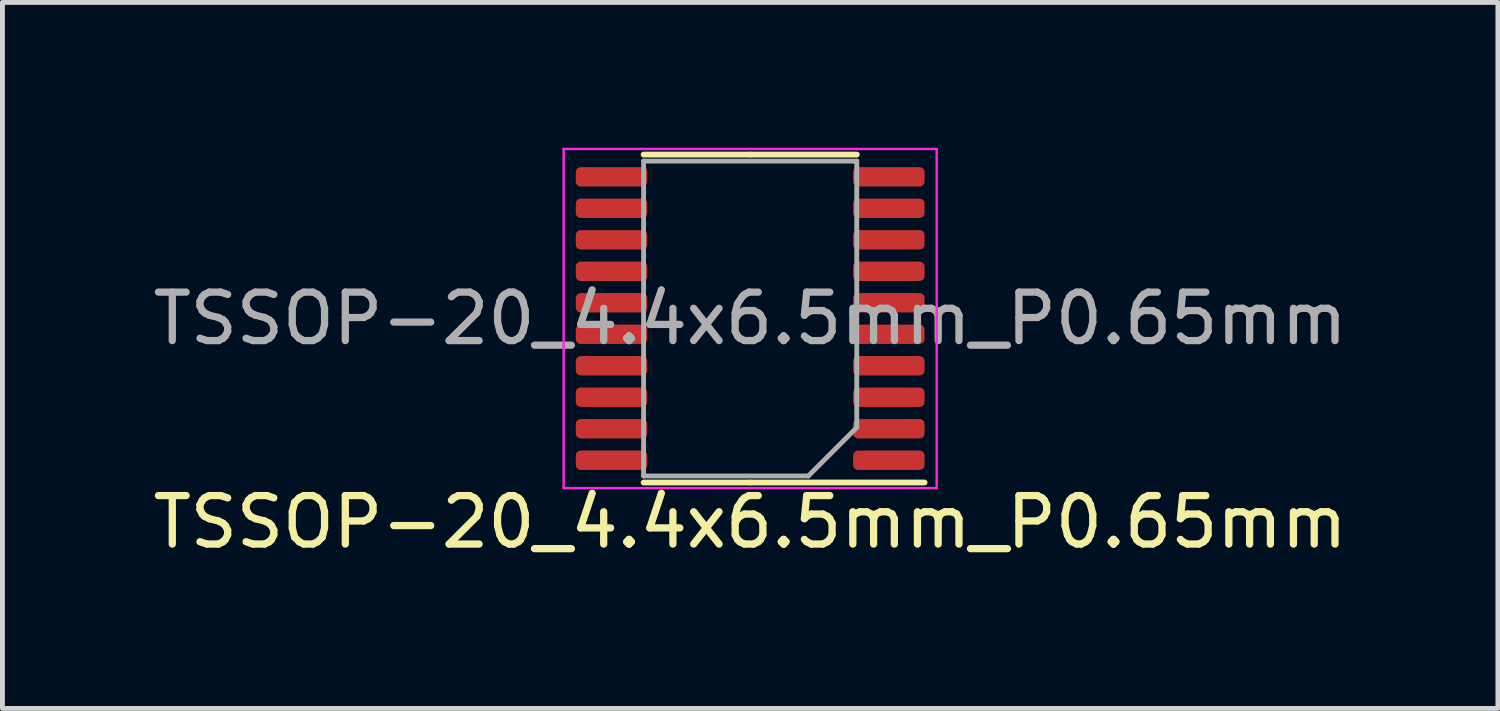
<source format=kicad_pcb>
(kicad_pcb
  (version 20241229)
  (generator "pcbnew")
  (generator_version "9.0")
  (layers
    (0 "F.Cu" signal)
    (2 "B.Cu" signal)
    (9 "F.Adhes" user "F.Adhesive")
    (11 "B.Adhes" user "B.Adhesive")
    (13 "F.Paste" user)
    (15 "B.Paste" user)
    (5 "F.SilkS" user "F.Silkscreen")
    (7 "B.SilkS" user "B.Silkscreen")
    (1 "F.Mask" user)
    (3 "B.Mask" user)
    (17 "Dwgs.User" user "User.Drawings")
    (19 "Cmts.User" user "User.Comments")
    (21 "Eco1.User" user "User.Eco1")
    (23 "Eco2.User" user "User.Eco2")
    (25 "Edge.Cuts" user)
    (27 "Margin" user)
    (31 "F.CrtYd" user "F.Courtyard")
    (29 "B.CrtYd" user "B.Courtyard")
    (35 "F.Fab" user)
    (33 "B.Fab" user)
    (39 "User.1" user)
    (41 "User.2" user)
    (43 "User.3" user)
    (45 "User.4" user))
  (footprint "TSSOP-20_4.4x6.5mm_P0.65mm"
    (layer "F.Cu")
    (at 12.435 3.525)
    (property "Reference" "TSSOP-20_4.4x6.5mm_P0.65mm" (at 0 4.2 180) (layer "F.SilkS") (effects (font (size 1 1) (thickness 0.15))))
    (attr smd)
    (fp_line (start 0 -3.385) (end -2.2 -3.385) (stroke (width 0.12) (type solid)) (layer "F.SilkS"))
    (fp_line (start 0 -3.385) (end 2.2 -3.385) (stroke (width 0.12) (type solid)) (layer "F.SilkS"))
    (fp_line (start 0 3.385) (end -2.2 3.385) (stroke (width 0.12) (type solid)) (layer "F.SilkS"))
    (fp_line (start 0 3.385) (end 3.6 3.385) (stroke (width 0.12) (type solid)) (layer "F.SilkS"))
    (fp_line (start -3.85 -3.5) (end -3.85 3.5) (stroke (width 0.05) (type solid)) (layer "F.CrtYd"))
    (fp_line (start -3.85 3.5) (end 3.85 3.5) (stroke (width 0.05) (type solid)) (layer "F.CrtYd"))
    (fp_line (start 3.85 -3.5) (end -3.85 -3.5) (stroke (width 0.05) (type solid)) (layer "F.CrtYd"))
    (fp_line (start 3.85 3.5) (end 3.85 -3.5) (stroke (width 0.05) (type solid)) (layer "F.CrtYd"))
    (fp_line (start -2.2 -3.25) (end 2.2 -3.25) (stroke (width 0.1) (type solid)) (layer "F.Fab"))
    (fp_line (start -2.2 3.25) (end -2.2 -3.25) (stroke (width 0.1) (type solid)) (layer "F.Fab"))
    (fp_line (start 1.2 3.25) (end -2.2 3.25) (stroke (width 0.1) (type solid)) (layer "F.Fab"))
    (fp_line (start 2.2 -3.25) (end 2.2 2.25) (stroke (width 0.1) (type solid)) (layer "F.Fab"))
    (fp_line (start 2.2 2.25) (end 1.2 3.25) (stroke (width 0.1) (type solid)) (layer "F.Fab"))
    (fp_text user "${REFERENCE}" (at 0 0 180) (layer "F.Fab") (effects (font (size 1 1) (thickness 0.15))))
    (pad "1" smd roundrect (at 2.862 2.925 180) (size 1.475 0.4) (layers "F.Cu" "F.Mask" "F.Paste") (roundrect_rratio 0.25))
    (pad "2" smd roundrect (at 2.862 2.275 180) (size 1.475 0.4) (layers "F.Cu" "F.Mask" "F.Paste") (roundrect_rratio 0.25))
    (pad "3" smd roundrect (at 2.862 1.625 180) (size 1.475 0.4) (layers "F.Cu" "F.Mask" "F.Paste") (roundrect_rratio 0.25))
    (pad "4" smd roundrect (at 2.862 0.975 180) (size 1.475 0.4) (layers "F.Cu" "F.Mask" "F.Paste") (roundrect_rratio 0.25))
    (pad "5" smd roundrect (at 2.862 0.325 180) (size 1.475 0.4) (layers "F.Cu" "F.Mask" "F.Paste") (roundrect_rratio 0.25))
    (pad "6" smd roundrect (at 2.862 -0.325 180) (size 1.475 0.4) (layers "F.Cu" "F.Mask" "F.Paste") (roundrect_rratio 0.25))
    (pad "7" smd roundrect (at 2.862 -0.975 180) (size 1.475 0.4) (layers "F.Cu" "F.Mask" "F.Paste") (roundrect_rratio 0.25))
    (pad "8" smd roundrect (at 2.862 -1.625 180) (size 1.475 0.4) (layers "F.Cu" "F.Mask" "F.Paste") (roundrect_rratio 0.25))
    (pad "9" smd roundrect (at 2.862 -2.275 180) (size 1.475 0.4) (layers "F.Cu" "F.Mask" "F.Paste") (roundrect_rratio 0.25))
    (pad "10" smd roundrect (at 2.862 -2.925 180) (size 1.475 0.4) (layers "F.Cu" "F.Mask" "F.Paste") (roundrect_rratio 0.25))
    (pad "11" smd roundrect (at -2.862 -2.925 180) (size 1.475 0.4) (layers "F.Cu" "F.Mask" "F.Paste") (roundrect_rratio 0.25))
    (pad "12" smd roundrect (at -2.862 -2.275 180) (size 1.475 0.4) (layers "F.Cu" "F.Mask" "F.Paste") (roundrect_rratio 0.25))
    (pad "13" smd roundrect (at -2.862 -1.625 180) (size 1.475 0.4) (layers "F.Cu" "F.Mask" "F.Paste") (roundrect_rratio 0.25))
    (pad "14" smd roundrect (at -2.862 -0.975 180) (size 1.475 0.4) (layers "F.Cu" "F.Mask" "F.Paste") (roundrect_rratio 0.25))
    (pad "15" smd roundrect (at -2.862 -0.325 180) (size 1.475 0.4) (layers "F.Cu" "F.Mask" "F.Paste") (roundrect_rratio 0.25))
    (pad "16" smd roundrect (at -2.862 0.325 180) (size 1.475 0.4) (layers "F.Cu" "F.Mask" "F.Paste") (roundrect_rratio 0.25))
    (pad "17" smd roundrect (at -2.862 0.975 180) (size 1.475 0.4) (layers "F.Cu" "F.Mask" "F.Paste") (roundrect_rratio 0.25))
    (pad "18" smd roundrect (at -2.862 1.625 180) (size 1.475 0.4) (layers "F.Cu" "F.Mask" "F.Paste") (roundrect_rratio 0.25))
    (pad "19" smd roundrect (at -2.862 2.275 180) (size 1.475 0.4) (layers "F.Cu" "F.Mask" "F.Paste") (roundrect_rratio 0.25))
    (pad "20" smd roundrect (at -2.862 2.925 180) (size 1.475 0.4) (layers "F.Cu" "F.Mask" "F.Paste") (roundrect_rratio 0.25)))
  (gr_rect
    (start -3 -3)
    (end 27.869 11.573)
    (stroke (width 0.1) (type default))
    (fill no)
    (layer "Edge.Cuts")))
</source>
